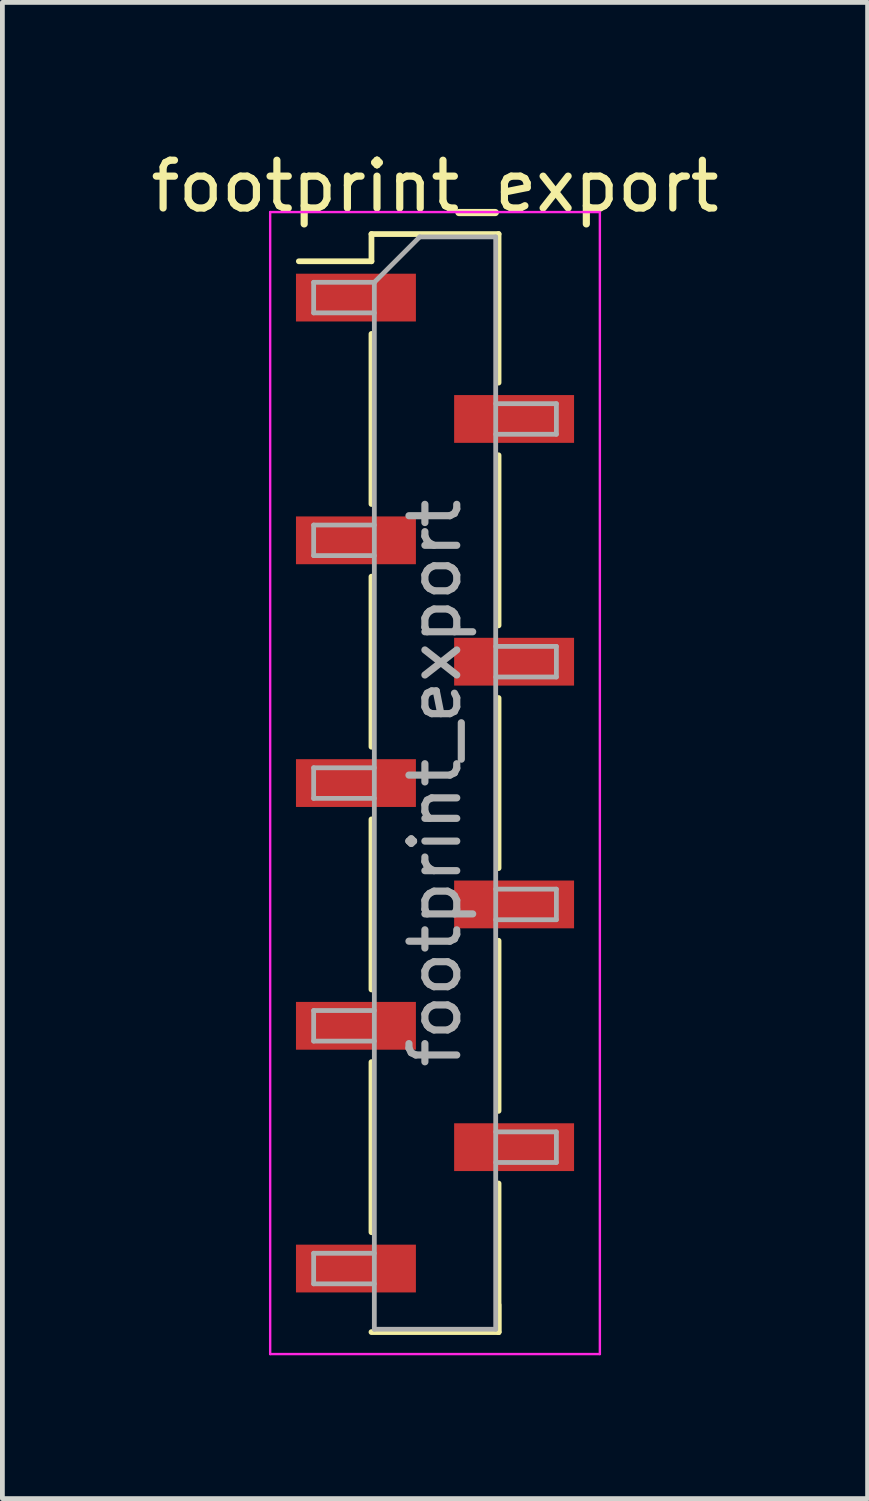
<source format=kicad_pcb>
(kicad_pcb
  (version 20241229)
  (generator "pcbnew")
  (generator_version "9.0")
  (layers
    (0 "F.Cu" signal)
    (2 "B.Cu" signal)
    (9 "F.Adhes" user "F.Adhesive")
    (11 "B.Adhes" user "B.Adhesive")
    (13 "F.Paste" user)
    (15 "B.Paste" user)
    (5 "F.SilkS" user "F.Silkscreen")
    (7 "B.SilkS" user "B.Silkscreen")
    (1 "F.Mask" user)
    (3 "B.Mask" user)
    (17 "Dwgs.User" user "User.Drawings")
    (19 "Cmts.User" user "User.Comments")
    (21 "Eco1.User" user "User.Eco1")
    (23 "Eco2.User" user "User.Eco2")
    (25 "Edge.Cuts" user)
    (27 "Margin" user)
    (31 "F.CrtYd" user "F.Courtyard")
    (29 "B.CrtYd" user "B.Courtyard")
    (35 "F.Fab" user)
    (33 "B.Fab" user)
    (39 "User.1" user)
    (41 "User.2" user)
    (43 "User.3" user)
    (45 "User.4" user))
  (footprint "footprint_export"
    (layer "F.Cu")
    (at 6.054 13.338)
    (property "Reference" "footprint_export" (at 0 -12.49 0) (layer "F.SilkS") (effects (font (size 1 1) (thickness 0.15))))
    (attr smd)
    (fp_line (start -1.33 -11.49) (end -1.33 -10.92) (stroke (width 0.12) (type solid)) (layer "F.SilkS"))
    (fp_line (start -1.33 -11.49) (end 1.33 -11.49) (stroke (width 0.12) (type solid)) (layer "F.SilkS"))
    (fp_line (start -1.33 -10.92) (end -2.85 -10.92) (stroke (width 0.12) (type solid)) (layer "F.SilkS"))
    (fp_line (start -1.33 -9.4) (end -1.33 -5.84) (stroke (width 0.12) (type solid)) (layer "F.SilkS"))
    (fp_line (start -1.33 -4.32) (end -1.33 -0.76) (stroke (width 0.12) (type solid)) (layer "F.SilkS"))
    (fp_line (start -1.33 0.76) (end -1.33 4.32) (stroke (width 0.12) (type solid)) (layer "F.SilkS"))
    (fp_line (start -1.33 5.84) (end -1.33 9.4) (stroke (width 0.12) (type solid)) (layer "F.SilkS"))
    (fp_line (start -1.33 11.49) (end 1.33 11.49) (stroke (width 0.12) (type solid)) (layer "F.SilkS"))
    (fp_line (start 1.33 -11.49) (end 1.33 -8.38) (stroke (width 0.12) (type solid)) (layer "F.SilkS"))
    (fp_line (start 1.33 -6.86) (end 1.33 -3.3) (stroke (width 0.12) (type solid)) (layer "F.SilkS"))
    (fp_line (start 1.33 -1.78) (end 1.33 1.78) (stroke (width 0.12) (type solid)) (layer "F.SilkS"))
    (fp_line (start 1.33 3.3) (end 1.33 6.86) (stroke (width 0.12) (type solid)) (layer "F.SilkS"))
    (fp_line (start 1.33 8.38) (end 1.33 11.49) (stroke (width 0.12) (type solid)) (layer "F.SilkS"))
    (fp_line (start 1.33 10.92) (end 1.33 11.49) (stroke (width 0.12) (type solid)) (layer "F.SilkS"))
    (fp_line (start -3.45 -11.95) (end -3.45 11.95) (stroke (width 0.05) (type solid)) (layer "F.CrtYd"))
    (fp_line (start -3.45 11.95) (end 3.45 11.95) (stroke (width 0.05) (type solid)) (layer "F.CrtYd"))
    (fp_line (start 3.45 -11.95) (end -3.45 -11.95) (stroke (width 0.05) (type solid)) (layer "F.CrtYd"))
    (fp_line (start 3.45 11.95) (end 3.45 -11.95) (stroke (width 0.05) (type solid)) (layer "F.CrtYd"))
    (fp_line (start -2.54 -10.48) (end -2.54 -9.84) (stroke (width 0.1) (type solid)) (layer "F.Fab"))
    (fp_line (start -2.54 -9.84) (end -1.27 -9.84) (stroke (width 0.1) (type solid)) (layer "F.Fab"))
    (fp_line (start -2.54 -5.4) (end -2.54 -4.76) (stroke (width 0.1) (type solid)) (layer "F.Fab"))
    (fp_line (start -2.54 -4.76) (end -1.27 -4.76) (stroke (width 0.1) (type solid)) (layer "F.Fab"))
    (fp_line (start -2.54 -0.32) (end -2.54 0.32) (stroke (width 0.1) (type solid)) (layer "F.Fab"))
    (fp_line (start -2.54 0.32) (end -1.27 0.32) (stroke (width 0.1) (type solid)) (layer "F.Fab"))
    (fp_line (start -2.54 4.76) (end -2.54 5.4) (stroke (width 0.1) (type solid)) (layer "F.Fab"))
    (fp_line (start -2.54 5.4) (end -1.27 5.4) (stroke (width 0.1) (type solid)) (layer "F.Fab"))
    (fp_line (start -2.54 9.84) (end -2.54 10.48) (stroke (width 0.1) (type solid)) (layer "F.Fab"))
    (fp_line (start -2.54 10.48) (end -1.27 10.48) (stroke (width 0.1) (type solid)) (layer "F.Fab"))
    (fp_line (start -1.27 -10.48) (end -2.54 -10.48) (stroke (width 0.1) (type solid)) (layer "F.Fab"))
    (fp_line (start -1.27 -10.48) (end -0.32 -11.43) (stroke (width 0.1) (type solid)) (layer "F.Fab"))
    (fp_line (start -1.27 -5.4) (end -2.54 -5.4) (stroke (width 0.1) (type solid)) (layer "F.Fab"))
    (fp_line (start -1.27 -0.32) (end -2.54 -0.32) (stroke (width 0.1) (type solid)) (layer "F.Fab"))
    (fp_line (start -1.27 4.76) (end -2.54 4.76) (stroke (width 0.1) (type solid)) (layer "F.Fab"))
    (fp_line (start -1.27 9.84) (end -2.54 9.84) (stroke (width 0.1) (type solid)) (layer "F.Fab"))
    (fp_line (start -1.27 11.43) (end -1.27 -10.48) (stroke (width 0.1) (type solid)) (layer "F.Fab"))
    (fp_line (start -0.32 -11.43) (end 1.27 -11.43) (stroke (width 0.1) (type solid)) (layer "F.Fab"))
    (fp_line (start 1.27 -11.43) (end 1.27 11.43) (stroke (width 0.1) (type solid)) (layer "F.Fab"))
    (fp_line (start 1.27 -7.94) (end 2.54 -7.94) (stroke (width 0.1) (type solid)) (layer "F.Fab"))
    (fp_line (start 1.27 -2.86) (end 2.54 -2.86) (stroke (width 0.1) (type solid)) (layer "F.Fab"))
    (fp_line (start 1.27 2.22) (end 2.54 2.22) (stroke (width 0.1) (type solid)) (layer "F.Fab"))
    (fp_line (start 1.27 7.3) (end 2.54 7.3) (stroke (width 0.1) (type solid)) (layer "F.Fab"))
    (fp_line (start 1.27 11.43) (end -1.27 11.43) (stroke (width 0.1) (type solid)) (layer "F.Fab"))
    (fp_line (start 2.54 -7.94) (end 2.54 -7.3) (stroke (width 0.1) (type solid)) (layer "F.Fab"))
    (fp_line (start 2.54 -7.3) (end 1.27 -7.3) (stroke (width 0.1) (type solid)) (layer "F.Fab"))
    (fp_line (start 2.54 -2.86) (end 2.54 -2.22) (stroke (width 0.1) (type solid)) (layer "F.Fab"))
    (fp_line (start 2.54 -2.22) (end 1.27 -2.22) (stroke (width 0.1) (type solid)) (layer "F.Fab"))
    (fp_line (start 2.54 2.22) (end 2.54 2.86) (stroke (width 0.1) (type solid)) (layer "F.Fab"))
    (fp_line (start 2.54 2.86) (end 1.27 2.86) (stroke (width 0.1) (type solid)) (layer "F.Fab"))
    (fp_line (start 2.54 7.3) (end 2.54 7.94) (stroke (width 0.1) (type solid)) (layer "F.Fab"))
    (fp_line (start 2.54 7.94) (end 1.27 7.94) (stroke (width 0.1) (type solid)) (layer "F.Fab"))
    (fp_text user "${REFERENCE}" (at 0 0 90) (layer "F.Fab") (effects (font (size 1 1) (thickness 0.15))))
    (pad "1" smd rect (at -1.655 -10.16) (size 2.51 1) (layers "F.Cu" "F.Mask" "F.Paste"))
    (pad "2" smd rect (at 1.655 -7.62) (size 2.51 1) (layers "F.Cu" "F.Mask" "F.Paste"))
    (pad "3" smd rect (at -1.655 -5.08) (size 2.51 1) (layers "F.Cu" "F.Mask" "F.Paste"))
    (pad "4" smd rect (at 1.655 -2.54) (size 2.51 1) (layers "F.Cu" "F.Mask" "F.Paste"))
    (pad "5" smd rect (at -1.655 0) (size 2.51 1) (layers "F.Cu" "F.Mask" "F.Paste"))
    (pad "6" smd rect (at 1.655 2.54) (size 2.51 1) (layers "F.Cu" "F.Mask" "F.Paste"))
    (pad "7" smd rect (at -1.655 5.08) (size 2.51 1) (layers "F.Cu" "F.Mask" "F.Paste"))
    (pad "8" smd rect (at 1.655 7.62) (size 2.51 1) (layers "F.Cu" "F.Mask" "F.Paste"))
    (pad "9" smd rect (at -1.655 10.16) (size 2.51 1) (layers "F.Cu" "F.Mask" "F.Paste")))
  (gr_rect
    (start -3 -3)
    (end 15.107 28.313)
    (stroke (width 0.1) (type default))
    (fill no)
    (layer "Edge.Cuts")))
</source>
